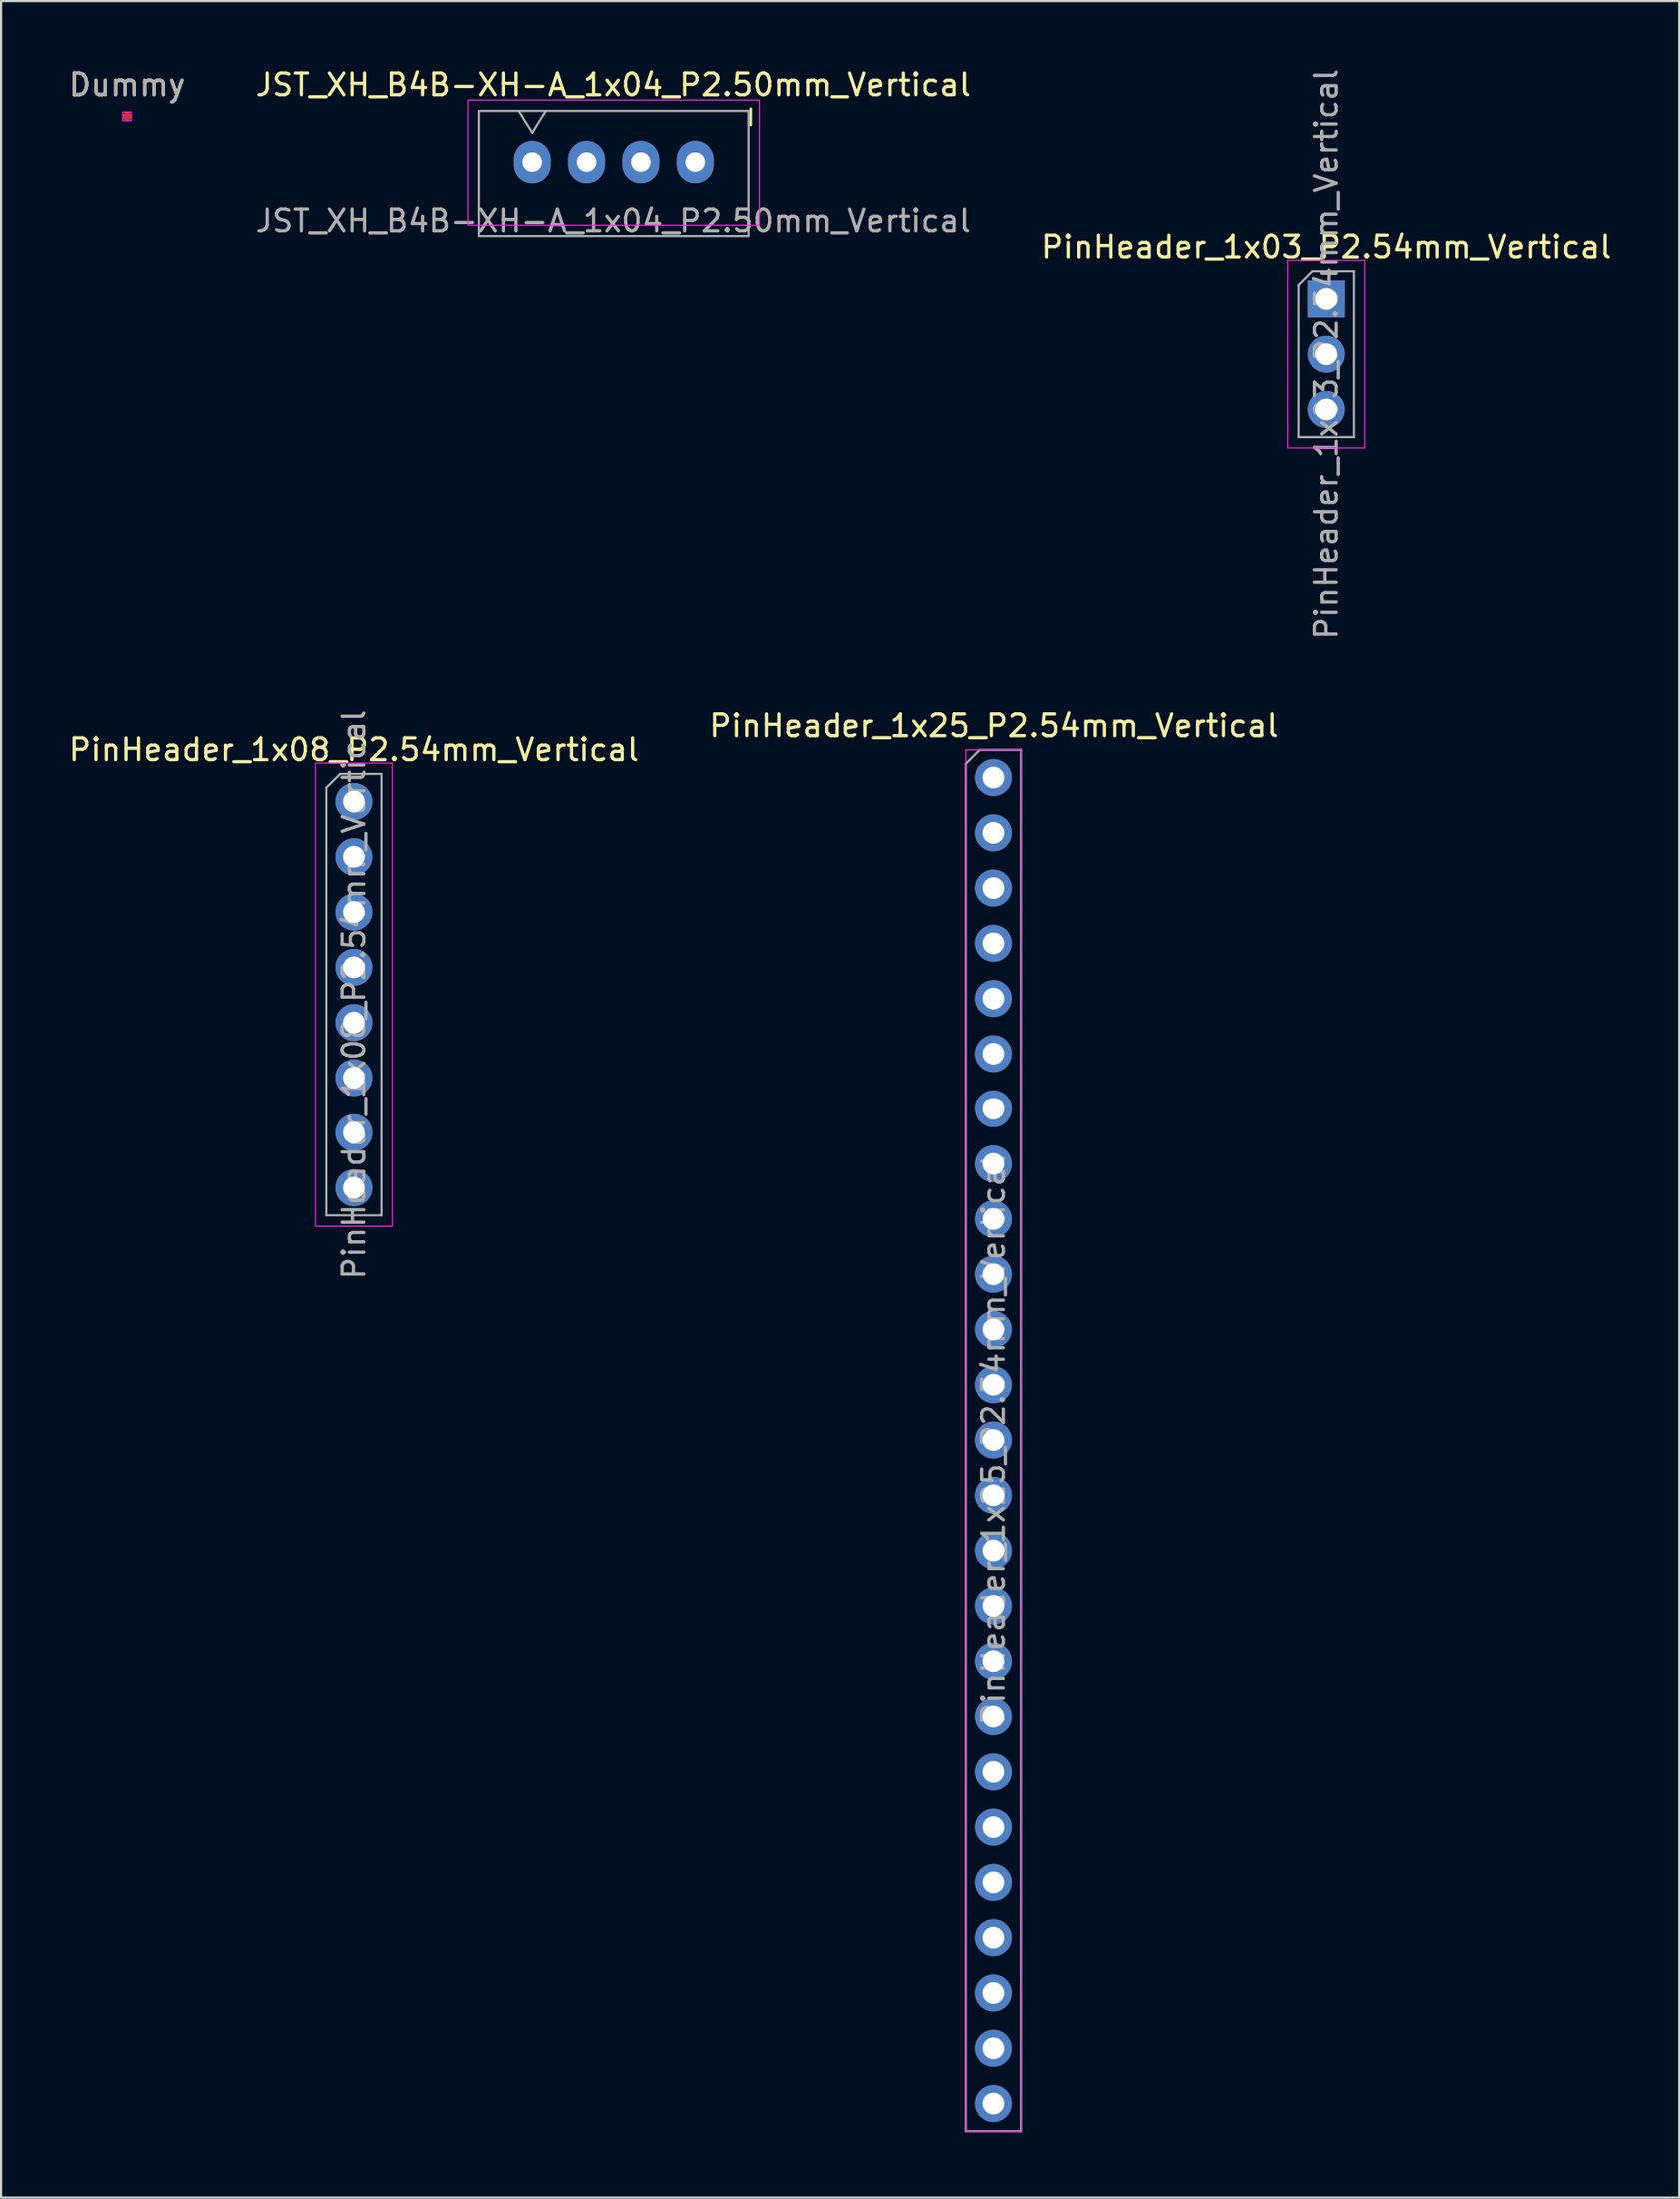
<source format=kicad_pcb>
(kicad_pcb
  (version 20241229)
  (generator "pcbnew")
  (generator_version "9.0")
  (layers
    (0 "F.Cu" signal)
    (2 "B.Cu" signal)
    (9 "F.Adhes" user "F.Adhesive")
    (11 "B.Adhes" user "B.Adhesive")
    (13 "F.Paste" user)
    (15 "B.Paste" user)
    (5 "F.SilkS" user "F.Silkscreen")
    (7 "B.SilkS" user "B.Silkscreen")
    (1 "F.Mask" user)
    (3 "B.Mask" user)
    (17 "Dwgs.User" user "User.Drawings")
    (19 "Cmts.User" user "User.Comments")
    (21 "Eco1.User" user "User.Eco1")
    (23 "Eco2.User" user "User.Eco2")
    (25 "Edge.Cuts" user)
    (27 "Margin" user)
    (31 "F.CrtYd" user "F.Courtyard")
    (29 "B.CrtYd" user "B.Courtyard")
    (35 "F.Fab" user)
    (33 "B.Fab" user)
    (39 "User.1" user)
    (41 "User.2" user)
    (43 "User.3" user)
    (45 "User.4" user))
  (footprint "JST_XH_B4B-XH-A_1x04_P2.50mm_Vertical"
    (layer "F.Cu")
    (at 21.411 4.398)
    (property "Reference" "JST_XH_B4B-XH-A_1x04_P2.50mm_Vertical" (at 3.75 -3.55 0) (layer "F.SilkS") (effects (font (size 1 1) (thickness 0.15))))
    (attr through_hole)
    (fp_line (start 10.05 -1.7) (end 10.05 -2.45) (stroke (width 0.12) (type solid)) (layer "F.SilkS"))
    (fp_rect (start -2.95 -2.85) (end 10.45 2.9) (stroke (width 0.05) (type solid)) (fill no) (layer "F.CrtYd"))
    (fp_line (start -0.625 -2.35) (end 0 -1.35) (stroke (width 0.1) (type solid)) (layer "F.Fab"))
    (fp_line (start 0 -1.35) (end 0.625 -2.35) (stroke (width 0.1) (type solid)) (layer "F.Fab"))
    (fp_rect (start -2.45 -2.35) (end 9.95 3.4) (stroke (width 0.1) (type solid)) (fill no) (layer "F.Fab"))
    (fp_text user "${REFERENCE}" (at 3.75 2.7 0) (layer "F.Fab") (effects (font (size 1 1) (thickness 0.15))))
    (pad "1" thru_hole oval (at 0 0) (size 1.7 1.95) (drill 0.9) (layers "*.Cu" "*.Mask"))
    (pad "2" thru_hole oval (at 2.5 0) (size 1.7 1.95) (drill 0.9) (layers "*.Cu" "*.Mask"))
    (pad "3" thru_hole oval (at 5 0) (size 1.7 1.95) (drill 0.9) (layers "*.Cu" "*.Mask"))
    (pad "4" thru_hole oval (at 7.5 0) (size 1.7 1.95) (drill 0.9) (layers "*.Cu" "*.Mask")))
  (footprint "Dummy"
    (layer "F.Cu")
    (at 2.792 2.298)
    (property "Reference" "Dummy" (at 0 -1.448 0) (layer "F.SilkS") (effects (font (size 1 1) (thickness 0.15))))
    (attr exclude_from_pos_files exclude_from_bom)
    (fp_rect (start -0.2 -0.2) (end 0.2 0.2) (stroke (width 0.05) (type solid)) (fill no) (layer "F.CrtYd"))
    (fp_text user "${REFERENCE}" (at 0 -1.45 0) (layer "F.Fab") (effects (font (size 1 1) (thickness 0.15))))
    (pad "1" smd circle (at 0 0) (size 0.4 0.4) (layers "F.Cu")))
  (footprint "PinHeader_1x25_P2.54mm_Vertical"
    (layer "F.Cu")
    (at 42.661 32.669)
    (property "Reference" "PinHeader_1x25_P2.54mm_Vertical" (at 0 -2.38 0) (layer "F.SilkS") (effects (font (size 1 1) (thickness 0.15))))
    (attr through_hole)
    (fp_rect (start -1.27 -1.27) (end 1.27 62.23) (stroke (width 0.05) (type solid)) (fill no) (layer "F.CrtYd"))
    (fp_line (start -1.27 -0.635) (end -0.635 -1.27) (stroke (width 0.1) (type solid)) (layer "F.Fab"))
    (fp_line (start -1.27 62.23) (end -1.27 -0.635) (stroke (width 0.1) (type solid)) (layer "F.Fab"))
    (fp_line (start -0.635 -1.27) (end 1.27 -1.27) (stroke (width 0.1) (type solid)) (layer "F.Fab"))
    (fp_line (start 1.27 -1.27) (end 1.27 62.23) (stroke (width 0.1) (type solid)) (layer "F.Fab"))
    (fp_line (start 1.27 62.23) (end -1.27 62.23) (stroke (width 0.1) (type solid)) (layer "F.Fab"))
    (fp_text user "${REFERENCE}" (at 0 30.48 90) (layer "F.Fab") (effects (font (size 1 1) (thickness 0.15))))
    (pad "1" thru_hole circle (at 0 0) (size 1.7 1.7) (drill 1) (layers "*.Cu" "*.Mask"))
    (pad "2" thru_hole circle (at 0 2.54) (size 1.7 1.7) (drill 1) (layers "*.Cu" "*.Mask"))
    (pad "3" thru_hole circle (at 0 5.08) (size 1.7 1.7) (drill 1) (layers "*.Cu" "*.Mask"))
    (pad "4" thru_hole circle (at 0 7.62) (size 1.7 1.7) (drill 1) (layers "*.Cu" "*.Mask"))
    (pad "5" thru_hole circle (at 0 10.16) (size 1.7 1.7) (drill 1) (layers "*.Cu" "*.Mask"))
    (pad "6" thru_hole circle (at 0 12.7) (size 1.7 1.7) (drill 1) (layers "*.Cu" "*.Mask"))
    (pad "7" thru_hole circle (at 0 15.24) (size 1.7 1.7) (drill 1) (layers "*.Cu" "*.Mask"))
    (pad "8" thru_hole circle (at 0 17.78) (size 1.7 1.7) (drill 1) (layers "*.Cu" "*.Mask"))
    (pad "9" thru_hole circle (at 0 20.32) (size 1.7 1.7) (drill 1) (layers "*.Cu" "*.Mask"))
    (pad "10" thru_hole circle (at 0 22.86) (size 1.7 1.7) (drill 1) (layers "*.Cu" "*.Mask"))
    (pad "11" thru_hole circle (at 0 25.4) (size 1.7 1.7) (drill 1) (layers "*.Cu" "*.Mask"))
    (pad "12" thru_hole circle (at 0 27.94) (size 1.7 1.7) (drill 1) (layers "*.Cu" "*.Mask"))
    (pad "13" thru_hole circle (at 0 30.48) (size 1.7 1.7) (drill 1) (layers "*.Cu" "*.Mask"))
    (pad "14" thru_hole circle (at 0 33.02) (size 1.7 1.7) (drill 1) (layers "*.Cu" "*.Mask"))
    (pad "15" thru_hole circle (at 0 35.56) (size 1.7 1.7) (drill 1) (layers "*.Cu" "*.Mask"))
    (pad "16" thru_hole circle (at 0 38.1) (size 1.7 1.7) (drill 1) (layers "*.Cu" "*.Mask"))
    (pad "17" thru_hole circle (at 0 40.64) (size 1.7 1.7) (drill 1) (layers "*.Cu" "*.Mask"))
    (pad "18" thru_hole circle (at 0 43.18) (size 1.7 1.7) (drill 1) (layers "*.Cu" "*.Mask"))
    (pad "19" thru_hole circle (at 0 45.72) (size 1.7 1.7) (drill 1) (layers "*.Cu" "*.Mask"))
    (pad "20" thru_hole circle (at 0 48.26) (size 1.7 1.7) (drill 1) (layers "*.Cu" "*.Mask"))
    (pad "21" thru_hole circle (at 0 50.8) (size 1.7 1.7) (drill 1) (layers "*.Cu" "*.Mask"))
    (pad "22" thru_hole circle (at 0 53.34) (size 1.7 1.7) (drill 1) (layers "*.Cu" "*.Mask"))
    (pad "23" thru_hole circle (at 0 55.88) (size 1.7 1.7) (drill 1) (layers "*.Cu" "*.Mask"))
    (pad "24" thru_hole circle (at 0 58.42) (size 1.7 1.7) (drill 1) (layers "*.Cu" "*.Mask"))
    (pad "25" thru_hole circle (at 0 60.96) (size 1.7 1.7) (drill 1) (layers "*.Cu" "*.Mask")))
  (footprint "PinHeader_1x08_P2.54mm_Vertical"
    (layer "F.Cu")
    (at 13.22 33.771)
    (property "Reference" "PinHeader_1x08_P2.54mm_Vertical" (at 0 -2.38 0) (layer "F.SilkS") (effects (font (size 1 1) (thickness 0.15))))
    (attr through_hole)
    (fp_rect (start -1.77 -1.77) (end 1.77 19.55) (stroke (width 0.05) (type solid)) (fill no) (layer "F.CrtYd"))
    (fp_line (start -1.27 -0.635) (end -0.635 -1.27) (stroke (width 0.1) (type solid)) (layer "F.Fab"))
    (fp_line (start -1.27 19.05) (end -1.27 -0.635) (stroke (width 0.1) (type solid)) (layer "F.Fab"))
    (fp_line (start -0.635 -1.27) (end 1.27 -1.27) (stroke (width 0.1) (type solid)) (layer "F.Fab"))
    (fp_line (start 1.27 -1.27) (end 1.27 19.05) (stroke (width 0.1) (type solid)) (layer "F.Fab"))
    (fp_line (start 1.27 19.05) (end -1.27 19.05) (stroke (width 0.1) (type solid)) (layer "F.Fab"))
    (fp_text user "${REFERENCE}" (at 0 8.89 90) (layer "F.Fab") (effects (font (size 1 1) (thickness 0.15))))
    (pad "1" thru_hole circle (at 0 0) (size 1.7 1.7) (drill 1) (layers "*.Cu" "*.Mask"))
    (pad "2" thru_hole circle (at 0 2.54) (size 1.7 1.7) (drill 1) (layers "*.Cu" "*.Mask"))
    (pad "3" thru_hole circle (at 0 5.08) (size 1.7 1.7) (drill 1) (layers "*.Cu" "*.Mask"))
    (pad "4" thru_hole circle (at 0 7.62) (size 1.7 1.7) (drill 1) (layers "*.Cu" "*.Mask"))
    (pad "5" thru_hole circle (at 0 10.16) (size 1.7 1.7) (drill 1) (layers "*.Cu" "*.Mask"))
    (pad "6" thru_hole circle (at 0 12.7) (size 1.7 1.7) (drill 1) (layers "*.Cu" "*.Mask"))
    (pad "7" thru_hole circle (at 0 15.24) (size 1.7 1.7) (drill 1) (layers "*.Cu" "*.Mask"))
    (pad "8" thru_hole circle (at 0 17.78) (size 1.7 1.7) (drill 1) (layers "*.Cu" "*.Mask")))
  (footprint "PinHeader_1x03_P2.54mm_Vertical"
    (layer "F.Cu")
    (at 57.958 10.68)
    (property "Reference" "PinHeader_1x03_P2.54mm_Vertical" (at 0 -2.38 0) (layer "F.SilkS") (effects (font (size 1 1) (thickness 0.15))))
    (attr through_hole)
    (fp_line (start -1.77 -1.77) (end -1.77 6.85) (stroke (width 0.05) (type solid)) (layer "F.CrtYd"))
    (fp_line (start -1.77 6.85) (end 1.77 6.85) (stroke (width 0.05) (type solid)) (layer "F.CrtYd"))
    (fp_line (start 1.77 -1.77) (end -1.77 -1.77) (stroke (width 0.05) (type solid)) (layer "F.CrtYd"))
    (fp_line (start 1.77 6.85) (end 1.77 -1.77) (stroke (width 0.05) (type solid)) (layer "F.CrtYd"))
    (fp_line (start -1.27 -0.635) (end -0.635 -1.27) (stroke (width 0.1) (type solid)) (layer "F.Fab"))
    (fp_line (start -1.27 6.35) (end -1.27 -0.635) (stroke (width 0.1) (type solid)) (layer "F.Fab"))
    (fp_line (start -0.635 -1.27) (end 1.27 -1.27) (stroke (width 0.1) (type solid)) (layer "F.Fab"))
    (fp_line (start 1.27 -1.27) (end 1.27 6.35) (stroke (width 0.1) (type solid)) (layer "F.Fab"))
    (fp_line (start 1.27 6.35) (end -1.27 6.35) (stroke (width 0.1) (type solid)) (layer "F.Fab"))
    (fp_text user "${REFERENCE}" (at 0 2.54 90) (layer "F.Fab") (effects (font (size 1 1) (thickness 0.15))))
    (pad "1" thru_hole rect (at 0 0) (size 1.7 1.7) (drill 1) (layers "*.Cu" "*.Mask"))
    (pad "2" thru_hole circle (at 0 2.54) (size 1.7 1.7) (drill 1) (layers "*.Cu" "*.Mask"))
    (pad "3" thru_hole circle (at 0 5.08) (size 1.7 1.7) (drill 1) (layers "*.Cu" "*.Mask")))
  (gr_rect
    (start -3 -3)
    (end 74.179 97.949)
    (stroke (width 0.1) (type default))
    (fill no)
    (layer "Edge.Cuts")))
</source>
